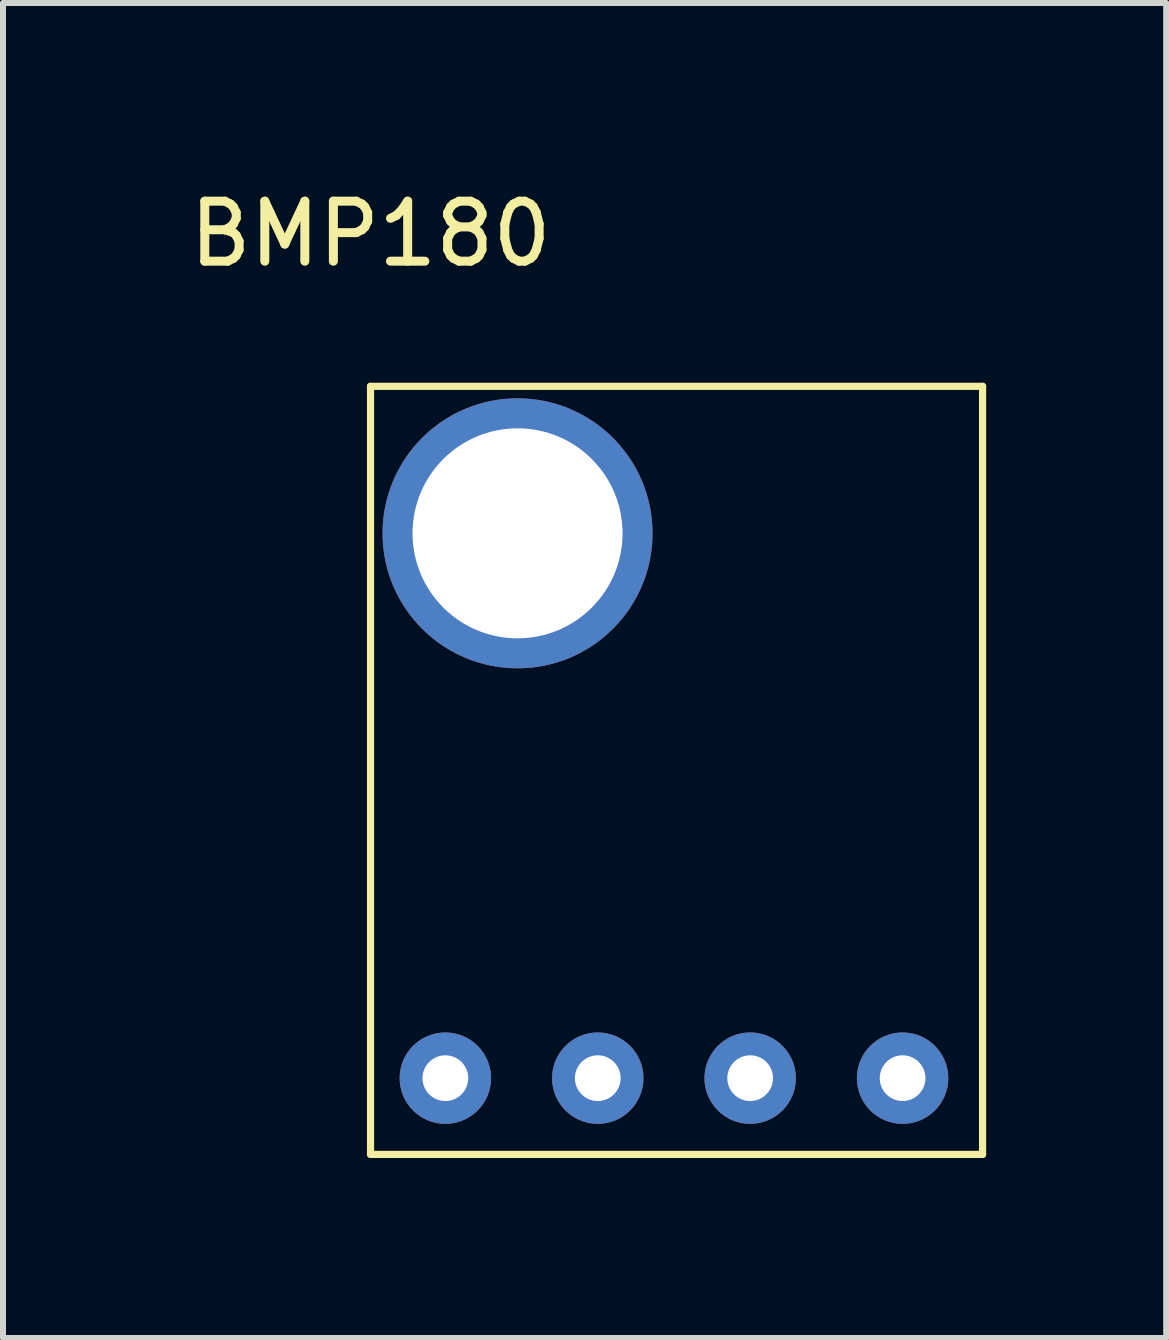
<source format=kicad_pcb>
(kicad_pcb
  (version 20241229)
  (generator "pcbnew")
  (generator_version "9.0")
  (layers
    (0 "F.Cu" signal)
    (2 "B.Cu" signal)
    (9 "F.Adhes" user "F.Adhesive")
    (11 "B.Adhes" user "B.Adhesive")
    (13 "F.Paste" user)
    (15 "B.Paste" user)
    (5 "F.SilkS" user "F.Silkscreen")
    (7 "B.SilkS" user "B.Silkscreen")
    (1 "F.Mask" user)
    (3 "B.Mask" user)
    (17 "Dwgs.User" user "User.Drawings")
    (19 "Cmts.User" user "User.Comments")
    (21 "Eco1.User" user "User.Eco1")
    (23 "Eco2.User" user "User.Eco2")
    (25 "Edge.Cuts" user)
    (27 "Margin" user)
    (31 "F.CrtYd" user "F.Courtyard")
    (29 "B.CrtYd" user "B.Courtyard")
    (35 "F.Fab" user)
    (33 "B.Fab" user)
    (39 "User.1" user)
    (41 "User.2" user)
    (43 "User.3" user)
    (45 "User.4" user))
  (footprint "BMP180"
    (layer "F.Cu")
    (at 5.665 3.388)
    (property "Reference" "BMP180" (at -2.54 -2.54 0) (layer "F.SilkS") (effects (font (size 1 1) (thickness 0.15))))
    (attr through_hole)
    (fp_line (start -2.54 0) (end -2.54 12.8) (stroke (width 0.12) (type solid)) (layer "F.SilkS"))
    (fp_line (start -2.54 0) (end 7.66 0) (stroke (width 0.12) (type solid)) (layer "F.SilkS"))
    (fp_line (start 7.66 0) (end 7.66 12.8) (stroke (width 0.12) (type solid)) (layer "F.SilkS"))
    (fp_line (start 7.66 12.8) (end -2.54 12.8) (stroke (width 0.12) (type solid)) (layer "F.SilkS"))
    (pad "" np_thru_hole circle (at -0.09 2.45) (size 4.5 4.5) (drill 3.5) (layers "*.Cu" "*.Mask"))
    (pad "1" thru_hole circle (at -1.293 11.53) (size 1.524 1.524) (drill 0.762) (layers "*.Cu" "*.Mask"))
    (pad "2" thru_hole circle (at 1.247 11.53) (size 1.524 1.524) (drill 0.762) (layers "*.Cu" "*.Mask"))
    (pad "3" thru_hole circle (at 3.787 11.53) (size 1.524 1.524) (drill 0.762) (layers "*.Cu" "*.Mask"))
    (pad "4" thru_hole circle (at 6.327 11.53) (size 1.524 1.524) (drill 0.762) (layers "*.Cu" "*.Mask")))
  (gr_rect
    (start -3 -3)
    (end 16.385 19.248)
    (stroke (width 0.1) (type default))
    (fill no)
    (layer "Edge.Cuts")))
</source>
